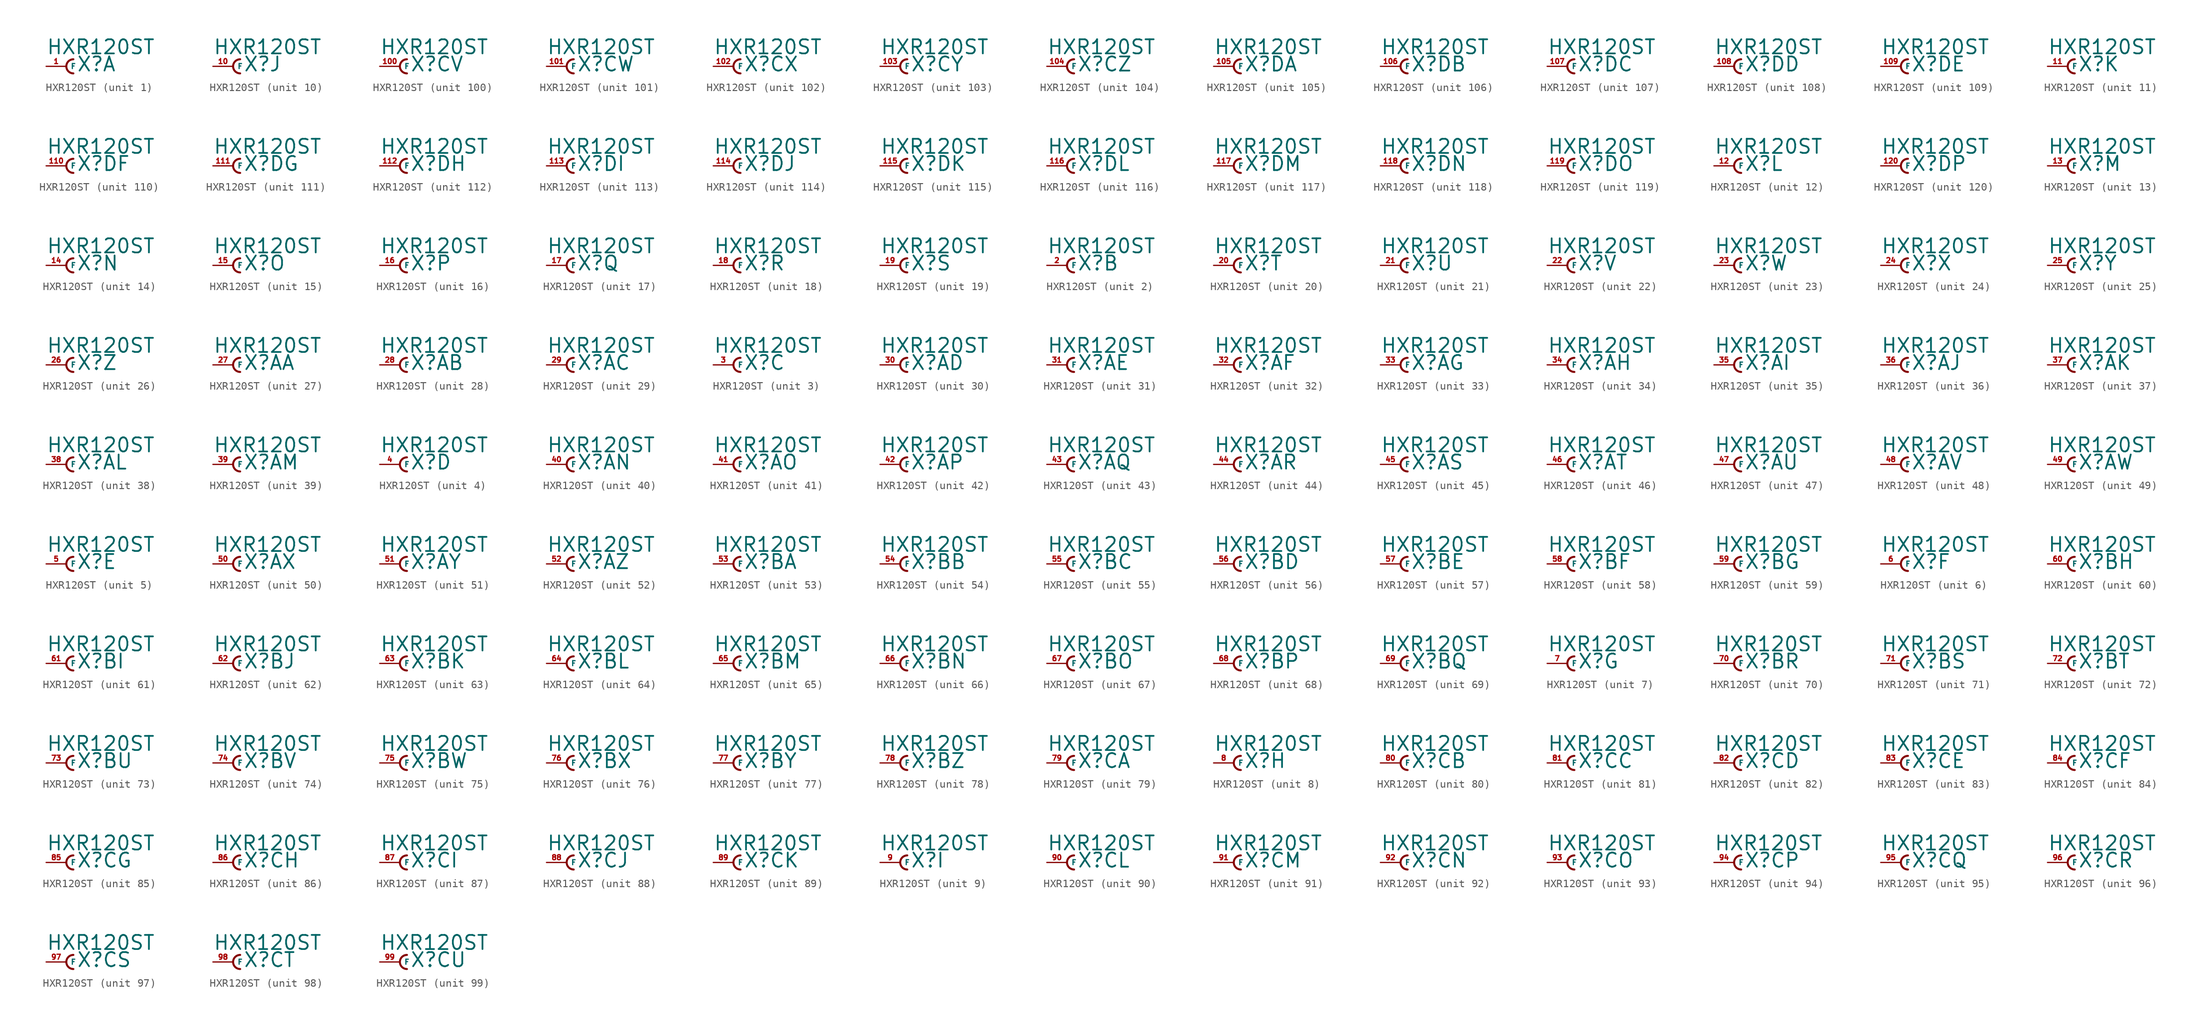
<source format=kicad_sym>
(kicad_symbol_lib
  (version 20220914)
  (generator Eagle2Kicad)
  (symbol "HXR120ST"
    (property "Reference" "X"
      (at 1.27 -0.762 0)
      (effects (font (size 1.778 1.778) (thickness 0.22)) (justify left bottom)))
    (property "Value" "HXR120ST"
      (at -2.54 1.397 0)
      (effects (font (size 1.778 1.778) (thickness 0.22)) (justify left bottom)))
    (symbol "HXR120ST_1_0"
      (arc (start 0.889 0.889) (mid 0.000 0.000) (end 0.889 -0.889) (stroke (width 0.254) (type default)) (fill (type none)))
      (pin passive line (at -2.54 0 0) (length 2.54) (name "F" (effects (font (size 0.635 0.635) (thickness 0.08)) (justify left bottom))) (number "1" (effects (font (size 0.635 0.635) (thickness 0.08)) (justify left bottom)))))
    (symbol "HXR120ST_2_0"
      (arc (start 0.889 0.889) (mid 0.000 0.000) (end 0.889 -0.889) (stroke (width 0.254) (type default)) (fill (type none)))
      (pin passive line (at -2.54 0 0) (length 2.54) (name "F" (effects (font (size 0.635 0.635) (thickness 0.08)) (justify left bottom))) (number "2" (effects (font (size 0.635 0.635) (thickness 0.08)) (justify left bottom)))))
    (symbol "HXR120ST_3_0"
      (arc (start 0.889 0.889) (mid 0.000 0.000) (end 0.889 -0.889) (stroke (width 0.254) (type default)) (fill (type none)))
      (pin passive line (at -2.54 0 0) (length 2.54) (name "F" (effects (font (size 0.635 0.635) (thickness 0.08)) (justify left bottom))) (number "3" (effects (font (size 0.635 0.635) (thickness 0.08)) (justify left bottom)))))
    (symbol "HXR120ST_4_0"
      (arc (start 0.889 0.889) (mid 0.000 0.000) (end 0.889 -0.889) (stroke (width 0.254) (type default)) (fill (type none)))
      (pin passive line (at -2.54 0 0) (length 2.54) (name "F" (effects (font (size 0.635 0.635) (thickness 0.08)) (justify left bottom))) (number "4" (effects (font (size 0.635 0.635) (thickness 0.08)) (justify left bottom)))))
    (symbol "HXR120ST_5_0"
      (arc (start 0.889 0.889) (mid 0.000 0.000) (end 0.889 -0.889) (stroke (width 0.254) (type default)) (fill (type none)))
      (pin passive line (at -2.54 0 0) (length 2.54) (name "F" (effects (font (size 0.635 0.635) (thickness 0.08)) (justify left bottom))) (number "5" (effects (font (size 0.635 0.635) (thickness 0.08)) (justify left bottom)))))
    (symbol "HXR120ST_6_0"
      (arc (start 0.889 0.889) (mid 0.000 0.000) (end 0.889 -0.889) (stroke (width 0.254) (type default)) (fill (type none)))
      (pin passive line (at -2.54 0 0) (length 2.54) (name "F" (effects (font (size 0.635 0.635) (thickness 0.08)) (justify left bottom))) (number "6" (effects (font (size 0.635 0.635) (thickness 0.08)) (justify left bottom)))))
    (symbol "HXR120ST_7_0"
      (arc (start 0.889 0.889) (mid 0.000 0.000) (end 0.889 -0.889) (stroke (width 0.254) (type default)) (fill (type none)))
      (pin passive line (at -2.54 0 0) (length 2.54) (name "F" (effects (font (size 0.635 0.635) (thickness 0.08)) (justify left bottom))) (number "7" (effects (font (size 0.635 0.635) (thickness 0.08)) (justify left bottom)))))
    (symbol "HXR120ST_8_0"
      (arc (start 0.889 0.889) (mid 0.000 0.000) (end 0.889 -0.889) (stroke (width 0.254) (type default)) (fill (type none)))
      (pin passive line (at -2.54 0 0) (length 2.54) (name "F" (effects (font (size 0.635 0.635) (thickness 0.08)) (justify left bottom))) (number "8" (effects (font (size 0.635 0.635) (thickness 0.08)) (justify left bottom)))))
    (symbol "HXR120ST_9_0"
      (arc (start 0.889 0.889) (mid 0.000 0.000) (end 0.889 -0.889) (stroke (width 0.254) (type default)) (fill (type none)))
      (pin passive line (at -2.54 0 0) (length 2.54) (name "F" (effects (font (size 0.635 0.635) (thickness 0.08)) (justify left bottom))) (number "9" (effects (font (size 0.635 0.635) (thickness 0.08)) (justify left bottom)))))
    (symbol "HXR120ST_10_0"
      (arc (start 0.889 0.889) (mid 0.000 0.000) (end 0.889 -0.889) (stroke (width 0.254) (type default)) (fill (type none)))
      (pin passive line (at -2.54 0 0) (length 2.54) (name "F" (effects (font (size 0.635 0.635) (thickness 0.08)) (justify left bottom))) (number "10" (effects (font (size 0.635 0.635) (thickness 0.08)) (justify left bottom)))))
    (symbol "HXR120ST_11_0"
      (arc (start 0.889 0.889) (mid 0.000 0.000) (end 0.889 -0.889) (stroke (width 0.254) (type default)) (fill (type none)))
      (pin passive line (at -2.54 0 0) (length 2.54) (name "F" (effects (font (size 0.635 0.635) (thickness 0.08)) (justify left bottom))) (number "11" (effects (font (size 0.635 0.635) (thickness 0.08)) (justify left bottom)))))
    (symbol "HXR120ST_12_0"
      (arc (start 0.889 0.889) (mid 0.000 0.000) (end 0.889 -0.889) (stroke (width 0.254) (type default)) (fill (type none)))
      (pin passive line (at -2.54 0 0) (length 2.54) (name "F" (effects (font (size 0.635 0.635) (thickness 0.08)) (justify left bottom))) (number "12" (effects (font (size 0.635 0.635) (thickness 0.08)) (justify left bottom)))))
    (symbol "HXR120ST_13_0"
      (arc (start 0.889 0.889) (mid 0.000 0.000) (end 0.889 -0.889) (stroke (width 0.254) (type default)) (fill (type none)))
      (pin passive line (at -2.54 0 0) (length 2.54) (name "F" (effects (font (size 0.635 0.635) (thickness 0.08)) (justify left bottom))) (number "13" (effects (font (size 0.635 0.635) (thickness 0.08)) (justify left bottom)))))
    (symbol "HXR120ST_14_0"
      (arc (start 0.889 0.889) (mid 0.000 0.000) (end 0.889 -0.889) (stroke (width 0.254) (type default)) (fill (type none)))
      (pin passive line (at -2.54 0 0) (length 2.54) (name "F" (effects (font (size 0.635 0.635) (thickness 0.08)) (justify left bottom))) (number "14" (effects (font (size 0.635 0.635) (thickness 0.08)) (justify left bottom)))))
    (symbol "HXR120ST_15_0"
      (arc (start 0.889 0.889) (mid 0.000 0.000) (end 0.889 -0.889) (stroke (width 0.254) (type default)) (fill (type none)))
      (pin passive line (at -2.54 0 0) (length 2.54) (name "F" (effects (font (size 0.635 0.635) (thickness 0.08)) (justify left bottom))) (number "15" (effects (font (size 0.635 0.635) (thickness 0.08)) (justify left bottom)))))
    (symbol "HXR120ST_16_0"
      (arc (start 0.889 0.889) (mid 0.000 0.000) (end 0.889 -0.889) (stroke (width 0.254) (type default)) (fill (type none)))
      (pin passive line (at -2.54 0 0) (length 2.54) (name "F" (effects (font (size 0.635 0.635) (thickness 0.08)) (justify left bottom))) (number "16" (effects (font (size 0.635 0.635) (thickness 0.08)) (justify left bottom)))))
    (symbol "HXR120ST_17_0"
      (arc (start 0.889 0.889) (mid 0.000 0.000) (end 0.889 -0.889) (stroke (width 0.254) (type default)) (fill (type none)))
      (pin passive line (at -2.54 0 0) (length 2.54) (name "F" (effects (font (size 0.635 0.635) (thickness 0.08)) (justify left bottom))) (number "17" (effects (font (size 0.635 0.635) (thickness 0.08)) (justify left bottom)))))
    (symbol "HXR120ST_18_0"
      (arc (start 0.889 0.889) (mid 0.000 0.000) (end 0.889 -0.889) (stroke (width 0.254) (type default)) (fill (type none)))
      (pin passive line (at -2.54 0 0) (length 2.54) (name "F" (effects (font (size 0.635 0.635) (thickness 0.08)) (justify left bottom))) (number "18" (effects (font (size 0.635 0.635) (thickness 0.08)) (justify left bottom)))))
    (symbol "HXR120ST_19_0"
      (arc (start 0.889 0.889) (mid 0.000 0.000) (end 0.889 -0.889) (stroke (width 0.254) (type default)) (fill (type none)))
      (pin passive line (at -2.54 0 0) (length 2.54) (name "F" (effects (font (size 0.635 0.635) (thickness 0.08)) (justify left bottom))) (number "19" (effects (font (size 0.635 0.635) (thickness 0.08)) (justify left bottom)))))
    (symbol "HXR120ST_20_0"
      (arc (start 0.889 0.889) (mid 0.000 0.000) (end 0.889 -0.889) (stroke (width 0.254) (type default)) (fill (type none)))
      (pin passive line (at -2.54 0 0) (length 2.54) (name "F" (effects (font (size 0.635 0.635) (thickness 0.08)) (justify left bottom))) (number "20" (effects (font (size 0.635 0.635) (thickness 0.08)) (justify left bottom)))))
    (symbol "HXR120ST_21_0"
      (arc (start 0.889 0.889) (mid 0.000 0.000) (end 0.889 -0.889) (stroke (width 0.254) (type default)) (fill (type none)))
      (pin passive line (at -2.54 0 0) (length 2.54) (name "F" (effects (font (size 0.635 0.635) (thickness 0.08)) (justify left bottom))) (number "21" (effects (font (size 0.635 0.635) (thickness 0.08)) (justify left bottom)))))
    (symbol "HXR120ST_22_0"
      (arc (start 0.889 0.889) (mid 0.000 0.000) (end 0.889 -0.889) (stroke (width 0.254) (type default)) (fill (type none)))
      (pin passive line (at -2.54 0 0) (length 2.54) (name "F" (effects (font (size 0.635 0.635) (thickness 0.08)) (justify left bottom))) (number "22" (effects (font (size 0.635 0.635) (thickness 0.08)) (justify left bottom)))))
    (symbol "HXR120ST_23_0"
      (arc (start 0.889 0.889) (mid 0.000 0.000) (end 0.889 -0.889) (stroke (width 0.254) (type default)) (fill (type none)))
      (pin passive line (at -2.54 0 0) (length 2.54) (name "F" (effects (font (size 0.635 0.635) (thickness 0.08)) (justify left bottom))) (number "23" (effects (font (size 0.635 0.635) (thickness 0.08)) (justify left bottom)))))
    (symbol "HXR120ST_24_0"
      (arc (start 0.889 0.889) (mid 0.000 0.000) (end 0.889 -0.889) (stroke (width 0.254) (type default)) (fill (type none)))
      (pin passive line (at -2.54 0 0) (length 2.54) (name "F" (effects (font (size 0.635 0.635) (thickness 0.08)) (justify left bottom))) (number "24" (effects (font (size 0.635 0.635) (thickness 0.08)) (justify left bottom)))))
    (symbol "HXR120ST_25_0"
      (arc (start 0.889 0.889) (mid 0.000 0.000) (end 0.889 -0.889) (stroke (width 0.254) (type default)) (fill (type none)))
      (pin passive line (at -2.54 0 0) (length 2.54) (name "F" (effects (font (size 0.635 0.635) (thickness 0.08)) (justify left bottom))) (number "25" (effects (font (size 0.635 0.635) (thickness 0.08)) (justify left bottom)))))
    (symbol "HXR120ST_26_0"
      (arc (start 0.889 0.889) (mid 0.000 0.000) (end 0.889 -0.889) (stroke (width 0.254) (type default)) (fill (type none)))
      (pin passive line (at -2.54 0 0) (length 2.54) (name "F" (effects (font (size 0.635 0.635) (thickness 0.08)) (justify left bottom))) (number "26" (effects (font (size 0.635 0.635) (thickness 0.08)) (justify left bottom)))))
    (symbol "HXR120ST_27_0"
      (arc (start 0.889 0.889) (mid 0.000 0.000) (end 0.889 -0.889) (stroke (width 0.254) (type default)) (fill (type none)))
      (pin passive line (at -2.54 0 0) (length 2.54) (name "F" (effects (font (size 0.635 0.635) (thickness 0.08)) (justify left bottom))) (number "27" (effects (font (size 0.635 0.635) (thickness 0.08)) (justify left bottom)))))
    (symbol "HXR120ST_28_0"
      (arc (start 0.889 0.889) (mid 0.000 0.000) (end 0.889 -0.889) (stroke (width 0.254) (type default)) (fill (type none)))
      (pin passive line (at -2.54 0 0) (length 2.54) (name "F" (effects (font (size 0.635 0.635) (thickness 0.08)) (justify left bottom))) (number "28" (effects (font (size 0.635 0.635) (thickness 0.08)) (justify left bottom)))))
    (symbol "HXR120ST_29_0"
      (arc (start 0.889 0.889) (mid 0.000 0.000) (end 0.889 -0.889) (stroke (width 0.254) (type default)) (fill (type none)))
      (pin passive line (at -2.54 0 0) (length 2.54) (name "F" (effects (font (size 0.635 0.635) (thickness 0.08)) (justify left bottom))) (number "29" (effects (font (size 0.635 0.635) (thickness 0.08)) (justify left bottom)))))
    (symbol "HXR120ST_30_0"
      (arc (start 0.889 0.889) (mid 0.000 0.000) (end 0.889 -0.889) (stroke (width 0.254) (type default)) (fill (type none)))
      (pin passive line (at -2.54 0 0) (length 2.54) (name "F" (effects (font (size 0.635 0.635) (thickness 0.08)) (justify left bottom))) (number "30" (effects (font (size 0.635 0.635) (thickness 0.08)) (justify left bottom)))))
    (symbol "HXR120ST_31_0"
      (arc (start 0.889 0.889) (mid 0.000 0.000) (end 0.889 -0.889) (stroke (width 0.254) (type default)) (fill (type none)))
      (pin passive line (at -2.54 0 0) (length 2.54) (name "F" (effects (font (size 0.635 0.635) (thickness 0.08)) (justify left bottom))) (number "31" (effects (font (size 0.635 0.635) (thickness 0.08)) (justify left bottom)))))
    (symbol "HXR120ST_32_0"
      (arc (start 0.889 0.889) (mid 0.000 0.000) (end 0.889 -0.889) (stroke (width 0.254) (type default)) (fill (type none)))
      (pin passive line (at -2.54 0 0) (length 2.54) (name "F" (effects (font (size 0.635 0.635) (thickness 0.08)) (justify left bottom))) (number "32" (effects (font (size 0.635 0.635) (thickness 0.08)) (justify left bottom)))))
    (symbol "HXR120ST_33_0"
      (arc (start 0.889 0.889) (mid 0.000 0.000) (end 0.889 -0.889) (stroke (width 0.254) (type default)) (fill (type none)))
      (pin passive line (at -2.54 0 0) (length 2.54) (name "F" (effects (font (size 0.635 0.635) (thickness 0.08)) (justify left bottom))) (number "33" (effects (font (size 0.635 0.635) (thickness 0.08)) (justify left bottom)))))
    (symbol "HXR120ST_34_0"
      (arc (start 0.889 0.889) (mid 0.000 0.000) (end 0.889 -0.889) (stroke (width 0.254) (type default)) (fill (type none)))
      (pin passive line (at -2.54 0 0) (length 2.54) (name "F" (effects (font (size 0.635 0.635) (thickness 0.08)) (justify left bottom))) (number "34" (effects (font (size 0.635 0.635) (thickness 0.08)) (justify left bottom)))))
    (symbol "HXR120ST_35_0"
      (arc (start 0.889 0.889) (mid 0.000 0.000) (end 0.889 -0.889) (stroke (width 0.254) (type default)) (fill (type none)))
      (pin passive line (at -2.54 0 0) (length 2.54) (name "F" (effects (font (size 0.635 0.635) (thickness 0.08)) (justify left bottom))) (number "35" (effects (font (size 0.635 0.635) (thickness 0.08)) (justify left bottom)))))
    (symbol "HXR120ST_36_0"
      (arc (start 0.889 0.889) (mid 0.000 0.000) (end 0.889 -0.889) (stroke (width 0.254) (type default)) (fill (type none)))
      (pin passive line (at -2.54 0 0) (length 2.54) (name "F" (effects (font (size 0.635 0.635) (thickness 0.08)) (justify left bottom))) (number "36" (effects (font (size 0.635 0.635) (thickness 0.08)) (justify left bottom)))))
    (symbol "HXR120ST_37_0"
      (arc (start 0.889 0.889) (mid 0.000 0.000) (end 0.889 -0.889) (stroke (width 0.254) (type default)) (fill (type none)))
      (pin passive line (at -2.54 0 0) (length 2.54) (name "F" (effects (font (size 0.635 0.635) (thickness 0.08)) (justify left bottom))) (number "37" (effects (font (size 0.635 0.635) (thickness 0.08)) (justify left bottom)))))
    (symbol "HXR120ST_38_0"
      (arc (start 0.889 0.889) (mid 0.000 0.000) (end 0.889 -0.889) (stroke (width 0.254) (type default)) (fill (type none)))
      (pin passive line (at -2.54 0 0) (length 2.54) (name "F" (effects (font (size 0.635 0.635) (thickness 0.08)) (justify left bottom))) (number "38" (effects (font (size 0.635 0.635) (thickness 0.08)) (justify left bottom)))))
    (symbol "HXR120ST_39_0"
      (arc (start 0.889 0.889) (mid 0.000 0.000) (end 0.889 -0.889) (stroke (width 0.254) (type default)) (fill (type none)))
      (pin passive line (at -2.54 0 0) (length 2.54) (name "F" (effects (font (size 0.635 0.635) (thickness 0.08)) (justify left bottom))) (number "39" (effects (font (size 0.635 0.635) (thickness 0.08)) (justify left bottom)))))
    (symbol "HXR120ST_40_0"
      (arc (start 0.889 0.889) (mid 0.000 0.000) (end 0.889 -0.889) (stroke (width 0.254) (type default)) (fill (type none)))
      (pin passive line (at -2.54 0 0) (length 2.54) (name "F" (effects (font (size 0.635 0.635) (thickness 0.08)) (justify left bottom))) (number "40" (effects (font (size 0.635 0.635) (thickness 0.08)) (justify left bottom)))))
    (symbol "HXR120ST_41_0"
      (arc (start 0.889 0.889) (mid 0.000 0.000) (end 0.889 -0.889) (stroke (width 0.254) (type default)) (fill (type none)))
      (pin passive line (at -2.54 0 0) (length 2.54) (name "F" (effects (font (size 0.635 0.635) (thickness 0.08)) (justify left bottom))) (number "41" (effects (font (size 0.635 0.635) (thickness 0.08)) (justify left bottom)))))
    (symbol "HXR120ST_42_0"
      (arc (start 0.889 0.889) (mid 0.000 0.000) (end 0.889 -0.889) (stroke (width 0.254) (type default)) (fill (type none)))
      (pin passive line (at -2.54 0 0) (length 2.54) (name "F" (effects (font (size 0.635 0.635) (thickness 0.08)) (justify left bottom))) (number "42" (effects (font (size 0.635 0.635) (thickness 0.08)) (justify left bottom)))))
    (symbol "HXR120ST_43_0"
      (arc (start 0.889 0.889) (mid 0.000 0.000) (end 0.889 -0.889) (stroke (width 0.254) (type default)) (fill (type none)))
      (pin passive line (at -2.54 0 0) (length 2.54) (name "F" (effects (font (size 0.635 0.635) (thickness 0.08)) (justify left bottom))) (number "43" (effects (font (size 0.635 0.635) (thickness 0.08)) (justify left bottom)))))
    (symbol "HXR120ST_44_0"
      (arc (start 0.889 0.889) (mid 0.000 0.000) (end 0.889 -0.889) (stroke (width 0.254) (type default)) (fill (type none)))
      (pin passive line (at -2.54 0 0) (length 2.54) (name "F" (effects (font (size 0.635 0.635) (thickness 0.08)) (justify left bottom))) (number "44" (effects (font (size 0.635 0.635) (thickness 0.08)) (justify left bottom)))))
    (symbol "HXR120ST_45_0"
      (arc (start 0.889 0.889) (mid 0.000 0.000) (end 0.889 -0.889) (stroke (width 0.254) (type default)) (fill (type none)))
      (pin passive line (at -2.54 0 0) (length 2.54) (name "F" (effects (font (size 0.635 0.635) (thickness 0.08)) (justify left bottom))) (number "45" (effects (font (size 0.635 0.635) (thickness 0.08)) (justify left bottom)))))
    (symbol "HXR120ST_46_0"
      (arc (start 0.889 0.889) (mid 0.000 0.000) (end 0.889 -0.889) (stroke (width 0.254) (type default)) (fill (type none)))
      (pin passive line (at -2.54 0 0) (length 2.54) (name "F" (effects (font (size 0.635 0.635) (thickness 0.08)) (justify left bottom))) (number "46" (effects (font (size 0.635 0.635) (thickness 0.08)) (justify left bottom)))))
    (symbol "HXR120ST_47_0"
      (arc (start 0.889 0.889) (mid 0.000 0.000) (end 0.889 -0.889) (stroke (width 0.254) (type default)) (fill (type none)))
      (pin passive line (at -2.54 0 0) (length 2.54) (name "F" (effects (font (size 0.635 0.635) (thickness 0.08)) (justify left bottom))) (number "47" (effects (font (size 0.635 0.635) (thickness 0.08)) (justify left bottom)))))
    (symbol "HXR120ST_48_0"
      (arc (start 0.889 0.889) (mid 0.000 0.000) (end 0.889 -0.889) (stroke (width 0.254) (type default)) (fill (type none)))
      (pin passive line (at -2.54 0 0) (length 2.54) (name "F" (effects (font (size 0.635 0.635) (thickness 0.08)) (justify left bottom))) (number "48" (effects (font (size 0.635 0.635) (thickness 0.08)) (justify left bottom)))))
    (symbol "HXR120ST_49_0"
      (arc (start 0.889 0.889) (mid 0.000 0.000) (end 0.889 -0.889) (stroke (width 0.254) (type default)) (fill (type none)))
      (pin passive line (at -2.54 0 0) (length 2.54) (name "F" (effects (font (size 0.635 0.635) (thickness 0.08)) (justify left bottom))) (number "49" (effects (font (size 0.635 0.635) (thickness 0.08)) (justify left bottom)))))
    (symbol "HXR120ST_50_0"
      (arc (start 0.889 0.889) (mid 0.000 0.000) (end 0.889 -0.889) (stroke (width 0.254) (type default)) (fill (type none)))
      (pin passive line (at -2.54 0 0) (length 2.54) (name "F" (effects (font (size 0.635 0.635) (thickness 0.08)) (justify left bottom))) (number "50" (effects (font (size 0.635 0.635) (thickness 0.08)) (justify left bottom)))))
    (symbol "HXR120ST_51_0"
      (arc (start 0.889 0.889) (mid 0.000 0.000) (end 0.889 -0.889) (stroke (width 0.254) (type default)) (fill (type none)))
      (pin passive line (at -2.54 0 0) (length 2.54) (name "F" (effects (font (size 0.635 0.635) (thickness 0.08)) (justify left bottom))) (number "51" (effects (font (size 0.635 0.635) (thickness 0.08)) (justify left bottom)))))
    (symbol "HXR120ST_52_0"
      (arc (start 0.889 0.889) (mid 0.000 0.000) (end 0.889 -0.889) (stroke (width 0.254) (type default)) (fill (type none)))
      (pin passive line (at -2.54 0 0) (length 2.54) (name "F" (effects (font (size 0.635 0.635) (thickness 0.08)) (justify left bottom))) (number "52" (effects (font (size 0.635 0.635) (thickness 0.08)) (justify left bottom)))))
    (symbol "HXR120ST_53_0"
      (arc (start 0.889 0.889) (mid 0.000 0.000) (end 0.889 -0.889) (stroke (width 0.254) (type default)) (fill (type none)))
      (pin passive line (at -2.54 0 0) (length 2.54) (name "F" (effects (font (size 0.635 0.635) (thickness 0.08)) (justify left bottom))) (number "53" (effects (font (size 0.635 0.635) (thickness 0.08)) (justify left bottom)))))
    (symbol "HXR120ST_54_0"
      (arc (start 0.889 0.889) (mid 0.000 0.000) (end 0.889 -0.889) (stroke (width 0.254) (type default)) (fill (type none)))
      (pin passive line (at -2.54 0 0) (length 2.54) (name "F" (effects (font (size 0.635 0.635) (thickness 0.08)) (justify left bottom))) (number "54" (effects (font (size 0.635 0.635) (thickness 0.08)) (justify left bottom)))))
    (symbol "HXR120ST_55_0"
      (arc (start 0.889 0.889) (mid 0.000 0.000) (end 0.889 -0.889) (stroke (width 0.254) (type default)) (fill (type none)))
      (pin passive line (at -2.54 0 0) (length 2.54) (name "F" (effects (font (size 0.635 0.635) (thickness 0.08)) (justify left bottom))) (number "55" (effects (font (size 0.635 0.635) (thickness 0.08)) (justify left bottom)))))
    (symbol "HXR120ST_56_0"
      (arc (start 0.889 0.889) (mid 0.000 0.000) (end 0.889 -0.889) (stroke (width 0.254) (type default)) (fill (type none)))
      (pin passive line (at -2.54 0 0) (length 2.54) (name "F" (effects (font (size 0.635 0.635) (thickness 0.08)) (justify left bottom))) (number "56" (effects (font (size 0.635 0.635) (thickness 0.08)) (justify left bottom)))))
    (symbol "HXR120ST_57_0"
      (arc (start 0.889 0.889) (mid 0.000 0.000) (end 0.889 -0.889) (stroke (width 0.254) (type default)) (fill (type none)))
      (pin passive line (at -2.54 0 0) (length 2.54) (name "F" (effects (font (size 0.635 0.635) (thickness 0.08)) (justify left bottom))) (number "57" (effects (font (size 0.635 0.635) (thickness 0.08)) (justify left bottom)))))
    (symbol "HXR120ST_58_0"
      (arc (start 0.889 0.889) (mid 0.000 0.000) (end 0.889 -0.889) (stroke (width 0.254) (type default)) (fill (type none)))
      (pin passive line (at -2.54 0 0) (length 2.54) (name "F" (effects (font (size 0.635 0.635) (thickness 0.08)) (justify left bottom))) (number "58" (effects (font (size 0.635 0.635) (thickness 0.08)) (justify left bottom)))))
    (symbol "HXR120ST_59_0"
      (arc (start 0.889 0.889) (mid 0.000 0.000) (end 0.889 -0.889) (stroke (width 0.254) (type default)) (fill (type none)))
      (pin passive line (at -2.54 0 0) (length 2.54) (name "F" (effects (font (size 0.635 0.635) (thickness 0.08)) (justify left bottom))) (number "59" (effects (font (size 0.635 0.635) (thickness 0.08)) (justify left bottom)))))
    (symbol "HXR120ST_60_0"
      (arc (start 0.889 0.889) (mid 0.000 0.000) (end 0.889 -0.889) (stroke (width 0.254) (type default)) (fill (type none)))
      (pin passive line (at -2.54 0 0) (length 2.54) (name "F" (effects (font (size 0.635 0.635) (thickness 0.08)) (justify left bottom))) (number "60" (effects (font (size 0.635 0.635) (thickness 0.08)) (justify left bottom)))))
    (symbol "HXR120ST_61_0"
      (arc (start 0.889 0.889) (mid 0.000 0.000) (end 0.889 -0.889) (stroke (width 0.254) (type default)) (fill (type none)))
      (pin passive line (at -2.54 0 0) (length 2.54) (name "F" (effects (font (size 0.635 0.635) (thickness 0.08)) (justify left bottom))) (number "61" (effects (font (size 0.635 0.635) (thickness 0.08)) (justify left bottom)))))
    (symbol "HXR120ST_62_0"
      (arc (start 0.889 0.889) (mid 0.000 0.000) (end 0.889 -0.889) (stroke (width 0.254) (type default)) (fill (type none)))
      (pin passive line (at -2.54 0 0) (length 2.54) (name "F" (effects (font (size 0.635 0.635) (thickness 0.08)) (justify left bottom))) (number "62" (effects (font (size 0.635 0.635) (thickness 0.08)) (justify left bottom)))))
    (symbol "HXR120ST_63_0"
      (arc (start 0.889 0.889) (mid 0.000 0.000) (end 0.889 -0.889) (stroke (width 0.254) (type default)) (fill (type none)))
      (pin passive line (at -2.54 0 0) (length 2.54) (name "F" (effects (font (size 0.635 0.635) (thickness 0.08)) (justify left bottom))) (number "63" (effects (font (size 0.635 0.635) (thickness 0.08)) (justify left bottom)))))
    (symbol "HXR120ST_64_0"
      (arc (start 0.889 0.889) (mid 0.000 0.000) (end 0.889 -0.889) (stroke (width 0.254) (type default)) (fill (type none)))
      (pin passive line (at -2.54 0 0) (length 2.54) (name "F" (effects (font (size 0.635 0.635) (thickness 0.08)) (justify left bottom))) (number "64" (effects (font (size 0.635 0.635) (thickness 0.08)) (justify left bottom)))))
    (symbol "HXR120ST_65_0"
      (arc (start 0.889 0.889) (mid 0.000 0.000) (end 0.889 -0.889) (stroke (width 0.254) (type default)) (fill (type none)))
      (pin passive line (at -2.54 0 0) (length 2.54) (name "F" (effects (font (size 0.635 0.635) (thickness 0.08)) (justify left bottom))) (number "65" (effects (font (size 0.635 0.635) (thickness 0.08)) (justify left bottom)))))
    (symbol "HXR120ST_66_0"
      (arc (start 0.889 0.889) (mid 0.000 0.000) (end 0.889 -0.889) (stroke (width 0.254) (type default)) (fill (type none)))
      (pin passive line (at -2.54 0 0) (length 2.54) (name "F" (effects (font (size 0.635 0.635) (thickness 0.08)) (justify left bottom))) (number "66" (effects (font (size 0.635 0.635) (thickness 0.08)) (justify left bottom)))))
    (symbol "HXR120ST_67_0"
      (arc (start 0.889 0.889) (mid 0.000 0.000) (end 0.889 -0.889) (stroke (width 0.254) (type default)) (fill (type none)))
      (pin passive line (at -2.54 0 0) (length 2.54) (name "F" (effects (font (size 0.635 0.635) (thickness 0.08)) (justify left bottom))) (number "67" (effects (font (size 0.635 0.635) (thickness 0.08)) (justify left bottom)))))
    (symbol "HXR120ST_68_0"
      (arc (start 0.889 0.889) (mid 0.000 0.000) (end 0.889 -0.889) (stroke (width 0.254) (type default)) (fill (type none)))
      (pin passive line (at -2.54 0 0) (length 2.54) (name "F" (effects (font (size 0.635 0.635) (thickness 0.08)) (justify left bottom))) (number "68" (effects (font (size 0.635 0.635) (thickness 0.08)) (justify left bottom)))))
    (symbol "HXR120ST_69_0"
      (arc (start 0.889 0.889) (mid 0.000 0.000) (end 0.889 -0.889) (stroke (width 0.254) (type default)) (fill (type none)))
      (pin passive line (at -2.54 0 0) (length 2.54) (name "F" (effects (font (size 0.635 0.635) (thickness 0.08)) (justify left bottom))) (number "69" (effects (font (size 0.635 0.635) (thickness 0.08)) (justify left bottom)))))
    (symbol "HXR120ST_70_0"
      (arc (start 0.889 0.889) (mid 0.000 0.000) (end 0.889 -0.889) (stroke (width 0.254) (type default)) (fill (type none)))
      (pin passive line (at -2.54 0 0) (length 2.54) (name "F" (effects (font (size 0.635 0.635) (thickness 0.08)) (justify left bottom))) (number "70" (effects (font (size 0.635 0.635) (thickness 0.08)) (justify left bottom)))))
    (symbol "HXR120ST_71_0"
      (arc (start 0.889 0.889) (mid 0.000 0.000) (end 0.889 -0.889) (stroke (width 0.254) (type default)) (fill (type none)))
      (pin passive line (at -2.54 0 0) (length 2.54) (name "F" (effects (font (size 0.635 0.635) (thickness 0.08)) (justify left bottom))) (number "71" (effects (font (size 0.635 0.635) (thickness 0.08)) (justify left bottom)))))
    (symbol "HXR120ST_72_0"
      (arc (start 0.889 0.889) (mid 0.000 0.000) (end 0.889 -0.889) (stroke (width 0.254) (type default)) (fill (type none)))
      (pin passive line (at -2.54 0 0) (length 2.54) (name "F" (effects (font (size 0.635 0.635) (thickness 0.08)) (justify left bottom))) (number "72" (effects (font (size 0.635 0.635) (thickness 0.08)) (justify left bottom)))))
    (symbol "HXR120ST_73_0"
      (arc (start 0.889 0.889) (mid 0.000 0.000) (end 0.889 -0.889) (stroke (width 0.254) (type default)) (fill (type none)))
      (pin passive line (at -2.54 0 0) (length 2.54) (name "F" (effects (font (size 0.635 0.635) (thickness 0.08)) (justify left bottom))) (number "73" (effects (font (size 0.635 0.635) (thickness 0.08)) (justify left bottom)))))
    (symbol "HXR120ST_74_0"
      (arc (start 0.889 0.889) (mid 0.000 0.000) (end 0.889 -0.889) (stroke (width 0.254) (type default)) (fill (type none)))
      (pin passive line (at -2.54 0 0) (length 2.54) (name "F" (effects (font (size 0.635 0.635) (thickness 0.08)) (justify left bottom))) (number "74" (effects (font (size 0.635 0.635) (thickness 0.08)) (justify left bottom)))))
    (symbol "HXR120ST_75_0"
      (arc (start 0.889 0.889) (mid 0.000 0.000) (end 0.889 -0.889) (stroke (width 0.254) (type default)) (fill (type none)))
      (pin passive line (at -2.54 0 0) (length 2.54) (name "F" (effects (font (size 0.635 0.635) (thickness 0.08)) (justify left bottom))) (number "75" (effects (font (size 0.635 0.635) (thickness 0.08)) (justify left bottom)))))
    (symbol "HXR120ST_76_0"
      (arc (start 0.889 0.889) (mid 0.000 0.000) (end 0.889 -0.889) (stroke (width 0.254) (type default)) (fill (type none)))
      (pin passive line (at -2.54 0 0) (length 2.54) (name "F" (effects (font (size 0.635 0.635) (thickness 0.08)) (justify left bottom))) (number "76" (effects (font (size 0.635 0.635) (thickness 0.08)) (justify left bottom)))))
    (symbol "HXR120ST_77_0"
      (arc (start 0.889 0.889) (mid 0.000 0.000) (end 0.889 -0.889) (stroke (width 0.254) (type default)) (fill (type none)))
      (pin passive line (at -2.54 0 0) (length 2.54) (name "F" (effects (font (size 0.635 0.635) (thickness 0.08)) (justify left bottom))) (number "77" (effects (font (size 0.635 0.635) (thickness 0.08)) (justify left bottom)))))
    (symbol "HXR120ST_78_0"
      (arc (start 0.889 0.889) (mid 0.000 0.000) (end 0.889 -0.889) (stroke (width 0.254) (type default)) (fill (type none)))
      (pin passive line (at -2.54 0 0) (length 2.54) (name "F" (effects (font (size 0.635 0.635) (thickness 0.08)) (justify left bottom))) (number "78" (effects (font (size 0.635 0.635) (thickness 0.08)) (justify left bottom)))))
    (symbol "HXR120ST_79_0"
      (arc (start 0.889 0.889) (mid 0.000 0.000) (end 0.889 -0.889) (stroke (width 0.254) (type default)) (fill (type none)))
      (pin passive line (at -2.54 0 0) (length 2.54) (name "F" (effects (font (size 0.635 0.635) (thickness 0.08)) (justify left bottom))) (number "79" (effects (font (size 0.635 0.635) (thickness 0.08)) (justify left bottom)))))
    (symbol "HXR120ST_80_0"
      (arc (start 0.889 0.889) (mid 0.000 0.000) (end 0.889 -0.889) (stroke (width 0.254) (type default)) (fill (type none)))
      (pin passive line (at -2.54 0 0) (length 2.54) (name "F" (effects (font (size 0.635 0.635) (thickness 0.08)) (justify left bottom))) (number "80" (effects (font (size 0.635 0.635) (thickness 0.08)) (justify left bottom)))))
    (symbol "HXR120ST_81_0"
      (arc (start 0.889 0.889) (mid 0.000 0.000) (end 0.889 -0.889) (stroke (width 0.254) (type default)) (fill (type none)))
      (pin passive line (at -2.54 0 0) (length 2.54) (name "F" (effects (font (size 0.635 0.635) (thickness 0.08)) (justify left bottom))) (number "81" (effects (font (size 0.635 0.635) (thickness 0.08)) (justify left bottom)))))
    (symbol "HXR120ST_82_0"
      (arc (start 0.889 0.889) (mid 0.000 0.000) (end 0.889 -0.889) (stroke (width 0.254) (type default)) (fill (type none)))
      (pin passive line (at -2.54 0 0) (length 2.54) (name "F" (effects (font (size 0.635 0.635) (thickness 0.08)) (justify left bottom))) (number "82" (effects (font (size 0.635 0.635) (thickness 0.08)) (justify left bottom)))))
    (symbol "HXR120ST_83_0"
      (arc (start 0.889 0.889) (mid 0.000 0.000) (end 0.889 -0.889) (stroke (width 0.254) (type default)) (fill (type none)))
      (pin passive line (at -2.54 0 0) (length 2.54) (name "F" (effects (font (size 0.635 0.635) (thickness 0.08)) (justify left bottom))) (number "83" (effects (font (size 0.635 0.635) (thickness 0.08)) (justify left bottom)))))
    (symbol "HXR120ST_84_0"
      (arc (start 0.889 0.889) (mid 0.000 0.000) (end 0.889 -0.889) (stroke (width 0.254) (type default)) (fill (type none)))
      (pin passive line (at -2.54 0 0) (length 2.54) (name "F" (effects (font (size 0.635 0.635) (thickness 0.08)) (justify left bottom))) (number "84" (effects (font (size 0.635 0.635) (thickness 0.08)) (justify left bottom)))))
    (symbol "HXR120ST_85_0"
      (arc (start 0.889 0.889) (mid 0.000 0.000) (end 0.889 -0.889) (stroke (width 0.254) (type default)) (fill (type none)))
      (pin passive line (at -2.54 0 0) (length 2.54) (name "F" (effects (font (size 0.635 0.635) (thickness 0.08)) (justify left bottom))) (number "85" (effects (font (size 0.635 0.635) (thickness 0.08)) (justify left bottom)))))
    (symbol "HXR120ST_86_0"
      (arc (start 0.889 0.889) (mid 0.000 0.000) (end 0.889 -0.889) (stroke (width 0.254) (type default)) (fill (type none)))
      (pin passive line (at -2.54 0 0) (length 2.54) (name "F" (effects (font (size 0.635 0.635) (thickness 0.08)) (justify left bottom))) (number "86" (effects (font (size 0.635 0.635) (thickness 0.08)) (justify left bottom)))))
    (symbol "HXR120ST_87_0"
      (arc (start 0.889 0.889) (mid 0.000 0.000) (end 0.889 -0.889) (stroke (width 0.254) (type default)) (fill (type none)))
      (pin passive line (at -2.54 0 0) (length 2.54) (name "F" (effects (font (size 0.635 0.635) (thickness 0.08)) (justify left bottom))) (number "87" (effects (font (size 0.635 0.635) (thickness 0.08)) (justify left bottom)))))
    (symbol "HXR120ST_88_0"
      (arc (start 0.889 0.889) (mid 0.000 0.000) (end 0.889 -0.889) (stroke (width 0.254) (type default)) (fill (type none)))
      (pin passive line (at -2.54 0 0) (length 2.54) (name "F" (effects (font (size 0.635 0.635) (thickness 0.08)) (justify left bottom))) (number "88" (effects (font (size 0.635 0.635) (thickness 0.08)) (justify left bottom)))))
    (symbol "HXR120ST_89_0"
      (arc (start 0.889 0.889) (mid 0.000 0.000) (end 0.889 -0.889) (stroke (width 0.254) (type default)) (fill (type none)))
      (pin passive line (at -2.54 0 0) (length 2.54) (name "F" (effects (font (size 0.635 0.635) (thickness 0.08)) (justify left bottom))) (number "89" (effects (font (size 0.635 0.635) (thickness 0.08)) (justify left bottom)))))
    (symbol "HXR120ST_90_0"
      (arc (start 0.889 0.889) (mid 0.000 0.000) (end 0.889 -0.889) (stroke (width 0.254) (type default)) (fill (type none)))
      (pin passive line (at -2.54 0 0) (length 2.54) (name "F" (effects (font (size 0.635 0.635) (thickness 0.08)) (justify left bottom))) (number "90" (effects (font (size 0.635 0.635) (thickness 0.08)) (justify left bottom)))))
    (symbol "HXR120ST_91_0"
      (arc (start 0.889 0.889) (mid 0.000 0.000) (end 0.889 -0.889) (stroke (width 0.254) (type default)) (fill (type none)))
      (pin passive line (at -2.54 0 0) (length 2.54) (name "F" (effects (font (size 0.635 0.635) (thickness 0.08)) (justify left bottom))) (number "91" (effects (font (size 0.635 0.635) (thickness 0.08)) (justify left bottom)))))
    (symbol "HXR120ST_92_0"
      (arc (start 0.889 0.889) (mid 0.000 0.000) (end 0.889 -0.889) (stroke (width 0.254) (type default)) (fill (type none)))
      (pin passive line (at -2.54 0 0) (length 2.54) (name "F" (effects (font (size 0.635 0.635) (thickness 0.08)) (justify left bottom))) (number "92" (effects (font (size 0.635 0.635) (thickness 0.08)) (justify left bottom)))))
    (symbol "HXR120ST_93_0"
      (arc (start 0.889 0.889) (mid 0.000 0.000) (end 0.889 -0.889) (stroke (width 0.254) (type default)) (fill (type none)))
      (pin passive line (at -2.54 0 0) (length 2.54) (name "F" (effects (font (size 0.635 0.635) (thickness 0.08)) (justify left bottom))) (number "93" (effects (font (size 0.635 0.635) (thickness 0.08)) (justify left bottom)))))
    (symbol "HXR120ST_94_0"
      (arc (start 0.889 0.889) (mid 0.000 0.000) (end 0.889 -0.889) (stroke (width 0.254) (type default)) (fill (type none)))
      (pin passive line (at -2.54 0 0) (length 2.54) (name "F" (effects (font (size 0.635 0.635) (thickness 0.08)) (justify left bottom))) (number "94" (effects (font (size 0.635 0.635) (thickness 0.08)) (justify left bottom)))))
    (symbol "HXR120ST_95_0"
      (arc (start 0.889 0.889) (mid 0.000 0.000) (end 0.889 -0.889) (stroke (width 0.254) (type default)) (fill (type none)))
      (pin passive line (at -2.54 0 0) (length 2.54) (name "F" (effects (font (size 0.635 0.635) (thickness 0.08)) (justify left bottom))) (number "95" (effects (font (size 0.635 0.635) (thickness 0.08)) (justify left bottom)))))
    (symbol "HXR120ST_96_0"
      (arc (start 0.889 0.889) (mid 0.000 0.000) (end 0.889 -0.889) (stroke (width 0.254) (type default)) (fill (type none)))
      (pin passive line (at -2.54 0 0) (length 2.54) (name "F" (effects (font (size 0.635 0.635) (thickness 0.08)) (justify left bottom))) (number "96" (effects (font (size 0.635 0.635) (thickness 0.08)) (justify left bottom)))))
    (symbol "HXR120ST_97_0"
      (arc (start 0.889 0.889) (mid 0.000 0.000) (end 0.889 -0.889) (stroke (width 0.254) (type default)) (fill (type none)))
      (pin passive line (at -2.54 0 0) (length 2.54) (name "F" (effects (font (size 0.635 0.635) (thickness 0.08)) (justify left bottom))) (number "97" (effects (font (size 0.635 0.635) (thickness 0.08)) (justify left bottom)))))
    (symbol "HXR120ST_98_0"
      (arc (start 0.889 0.889) (mid 0.000 0.000) (end 0.889 -0.889) (stroke (width 0.254) (type default)) (fill (type none)))
      (pin passive line (at -2.54 0 0) (length 2.54) (name "F" (effects (font (size 0.635 0.635) (thickness 0.08)) (justify left bottom))) (number "98" (effects (font (size 0.635 0.635) (thickness 0.08)) (justify left bottom)))))
    (symbol "HXR120ST_99_0"
      (arc (start 0.889 0.889) (mid 0.000 0.000) (end 0.889 -0.889) (stroke (width 0.254) (type default)) (fill (type none)))
      (pin passive line (at -2.54 0 0) (length 2.54) (name "F" (effects (font (size 0.635 0.635) (thickness 0.08)) (justify left bottom))) (number "99" (effects (font (size 0.635 0.635) (thickness 0.08)) (justify left bottom)))))
    (symbol "HXR120ST_100_0"
      (arc (start 0.889 0.889) (mid 0.000 0.000) (end 0.889 -0.889) (stroke (width 0.254) (type default)) (fill (type none)))
      (pin passive line (at -2.54 0 0) (length 2.54) (name "F" (effects (font (size 0.635 0.635) (thickness 0.08)) (justify left bottom))) (number "100" (effects (font (size 0.635 0.635) (thickness 0.08)) (justify left bottom)))))
    (symbol "HXR120ST_101_0"
      (arc (start 0.889 0.889) (mid 0.000 0.000) (end 0.889 -0.889) (stroke (width 0.254) (type default)) (fill (type none)))
      (pin passive line (at -2.54 0 0) (length 2.54) (name "F" (effects (font (size 0.635 0.635) (thickness 0.08)) (justify left bottom))) (number "101" (effects (font (size 0.635 0.635) (thickness 0.08)) (justify left bottom)))))
    (symbol "HXR120ST_102_0"
      (arc (start 0.889 0.889) (mid 0.000 0.000) (end 0.889 -0.889) (stroke (width 0.254) (type default)) (fill (type none)))
      (pin passive line (at -2.54 0 0) (length 2.54) (name "F" (effects (font (size 0.635 0.635) (thickness 0.08)) (justify left bottom))) (number "102" (effects (font (size 0.635 0.635) (thickness 0.08)) (justify left bottom)))))
    (symbol "HXR120ST_103_0"
      (arc (start 0.889 0.889) (mid 0.000 0.000) (end 0.889 -0.889) (stroke (width 0.254) (type default)) (fill (type none)))
      (pin passive line (at -2.54 0 0) (length 2.54) (name "F" (effects (font (size 0.635 0.635) (thickness 0.08)) (justify left bottom))) (number "103" (effects (font (size 0.635 0.635) (thickness 0.08)) (justify left bottom)))))
    (symbol "HXR120ST_104_0"
      (arc (start 0.889 0.889) (mid 0.000 0.000) (end 0.889 -0.889) (stroke (width 0.254) (type default)) (fill (type none)))
      (pin passive line (at -2.54 0 0) (length 2.54) (name "F" (effects (font (size 0.635 0.635) (thickness 0.08)) (justify left bottom))) (number "104" (effects (font (size 0.635 0.635) (thickness 0.08)) (justify left bottom)))))
    (symbol "HXR120ST_105_0"
      (arc (start 0.889 0.889) (mid 0.000 0.000) (end 0.889 -0.889) (stroke (width 0.254) (type default)) (fill (type none)))
      (pin passive line (at -2.54 0 0) (length 2.54) (name "F" (effects (font (size 0.635 0.635) (thickness 0.08)) (justify left bottom))) (number "105" (effects (font (size 0.635 0.635) (thickness 0.08)) (justify left bottom)))))
    (symbol "HXR120ST_106_0"
      (arc (start 0.889 0.889) (mid 0.000 0.000) (end 0.889 -0.889) (stroke (width 0.254) (type default)) (fill (type none)))
      (pin passive line (at -2.54 0 0) (length 2.54) (name "F" (effects (font (size 0.635 0.635) (thickness 0.08)) (justify left bottom))) (number "106" (effects (font (size 0.635 0.635) (thickness 0.08)) (justify left bottom)))))
    (symbol "HXR120ST_107_0"
      (arc (start 0.889 0.889) (mid 0.000 0.000) (end 0.889 -0.889) (stroke (width 0.254) (type default)) (fill (type none)))
      (pin passive line (at -2.54 0 0) (length 2.54) (name "F" (effects (font (size 0.635 0.635) (thickness 0.08)) (justify left bottom))) (number "107" (effects (font (size 0.635 0.635) (thickness 0.08)) (justify left bottom)))))
    (symbol "HXR120ST_108_0"
      (arc (start 0.889 0.889) (mid 0.000 0.000) (end 0.889 -0.889) (stroke (width 0.254) (type default)) (fill (type none)))
      (pin passive line (at -2.54 0 0) (length 2.54) (name "F" (effects (font (size 0.635 0.635) (thickness 0.08)) (justify left bottom))) (number "108" (effects (font (size 0.635 0.635) (thickness 0.08)) (justify left bottom)))))
    (symbol "HXR120ST_109_0"
      (arc (start 0.889 0.889) (mid 0.000 0.000) (end 0.889 -0.889) (stroke (width 0.254) (type default)) (fill (type none)))
      (pin passive line (at -2.54 0 0) (length 2.54) (name "F" (effects (font (size 0.635 0.635) (thickness 0.08)) (justify left bottom))) (number "109" (effects (font (size 0.635 0.635) (thickness 0.08)) (justify left bottom)))))
    (symbol "HXR120ST_110_0"
      (arc (start 0.889 0.889) (mid 0.000 0.000) (end 0.889 -0.889) (stroke (width 0.254) (type default)) (fill (type none)))
      (pin passive line (at -2.54 0 0) (length 2.54) (name "F" (effects (font (size 0.635 0.635) (thickness 0.08)) (justify left bottom))) (number "110" (effects (font (size 0.635 0.635) (thickness 0.08)) (justify left bottom)))))
    (symbol "HXR120ST_111_0"
      (arc (start 0.889 0.889) (mid 0.000 0.000) (end 0.889 -0.889) (stroke (width 0.254) (type default)) (fill (type none)))
      (pin passive line (at -2.54 0 0) (length 2.54) (name "F" (effects (font (size 0.635 0.635) (thickness 0.08)) (justify left bottom))) (number "111" (effects (font (size 0.635 0.635) (thickness 0.08)) (justify left bottom)))))
    (symbol "HXR120ST_112_0"
      (arc (start 0.889 0.889) (mid 0.000 0.000) (end 0.889 -0.889) (stroke (width 0.254) (type default)) (fill (type none)))
      (pin passive line (at -2.54 0 0) (length 2.54) (name "F" (effects (font (size 0.635 0.635) (thickness 0.08)) (justify left bottom))) (number "112" (effects (font (size 0.635 0.635) (thickness 0.08)) (justify left bottom)))))
    (symbol "HXR120ST_113_0"
      (arc (start 0.889 0.889) (mid 0.000 0.000) (end 0.889 -0.889) (stroke (width 0.254) (type default)) (fill (type none)))
      (pin passive line (at -2.54 0 0) (length 2.54) (name "F" (effects (font (size 0.635 0.635) (thickness 0.08)) (justify left bottom))) (number "113" (effects (font (size 0.635 0.635) (thickness 0.08)) (justify left bottom)))))
    (symbol "HXR120ST_114_0"
      (arc (start 0.889 0.889) (mid 0.000 0.000) (end 0.889 -0.889) (stroke (width 0.254) (type default)) (fill (type none)))
      (pin passive line (at -2.54 0 0) (length 2.54) (name "F" (effects (font (size 0.635 0.635) (thickness 0.08)) (justify left bottom))) (number "114" (effects (font (size 0.635 0.635) (thickness 0.08)) (justify left bottom)))))
    (symbol "HXR120ST_115_0"
      (arc (start 0.889 0.889) (mid 0.000 0.000) (end 0.889 -0.889) (stroke (width 0.254) (type default)) (fill (type none)))
      (pin passive line (at -2.54 0 0) (length 2.54) (name "F" (effects (font (size 0.635 0.635) (thickness 0.08)) (justify left bottom))) (number "115" (effects (font (size 0.635 0.635) (thickness 0.08)) (justify left bottom)))))
    (symbol "HXR120ST_116_0"
      (arc (start 0.889 0.889) (mid 0.000 0.000) (end 0.889 -0.889) (stroke (width 0.254) (type default)) (fill (type none)))
      (pin passive line (at -2.54 0 0) (length 2.54) (name "F" (effects (font (size 0.635 0.635) (thickness 0.08)) (justify left bottom))) (number "116" (effects (font (size 0.635 0.635) (thickness 0.08)) (justify left bottom)))))
    (symbol "HXR120ST_117_0"
      (arc (start 0.889 0.889) (mid 0.000 0.000) (end 0.889 -0.889) (stroke (width 0.254) (type default)) (fill (type none)))
      (pin passive line (at -2.54 0 0) (length 2.54) (name "F" (effects (font (size 0.635 0.635) (thickness 0.08)) (justify left bottom))) (number "117" (effects (font (size 0.635 0.635) (thickness 0.08)) (justify left bottom)))))
    (symbol "HXR120ST_118_0"
      (arc (start 0.889 0.889) (mid 0.000 0.000) (end 0.889 -0.889) (stroke (width 0.254) (type default)) (fill (type none)))
      (pin passive line (at -2.54 0 0) (length 2.54) (name "F" (effects (font (size 0.635 0.635) (thickness 0.08)) (justify left bottom))) (number "118" (effects (font (size 0.635 0.635) (thickness 0.08)) (justify left bottom)))))
    (symbol "HXR120ST_119_0"
      (arc (start 0.889 0.889) (mid 0.000 0.000) (end 0.889 -0.889) (stroke (width 0.254) (type default)) (fill (type none)))
      (pin passive line (at -2.54 0 0) (length 2.54) (name "F" (effects (font (size 0.635 0.635) (thickness 0.08)) (justify left bottom))) (number "119" (effects (font (size 0.635 0.635) (thickness 0.08)) (justify left bottom)))))
    (symbol "HXR120ST_120_0"
      (arc (start 0.889 0.889) (mid 0.000 0.000) (end 0.889 -0.889) (stroke (width 0.254) (type default)) (fill (type none)))
      (pin passive line (at -2.54 0 0) (length 2.54) (name "F" (effects (font (size 0.635 0.635) (thickness 0.08)) (justify left bottom))) (number "120" (effects (font (size 0.635 0.635) (thickness 0.08)) (justify left bottom)))))))
</source>
